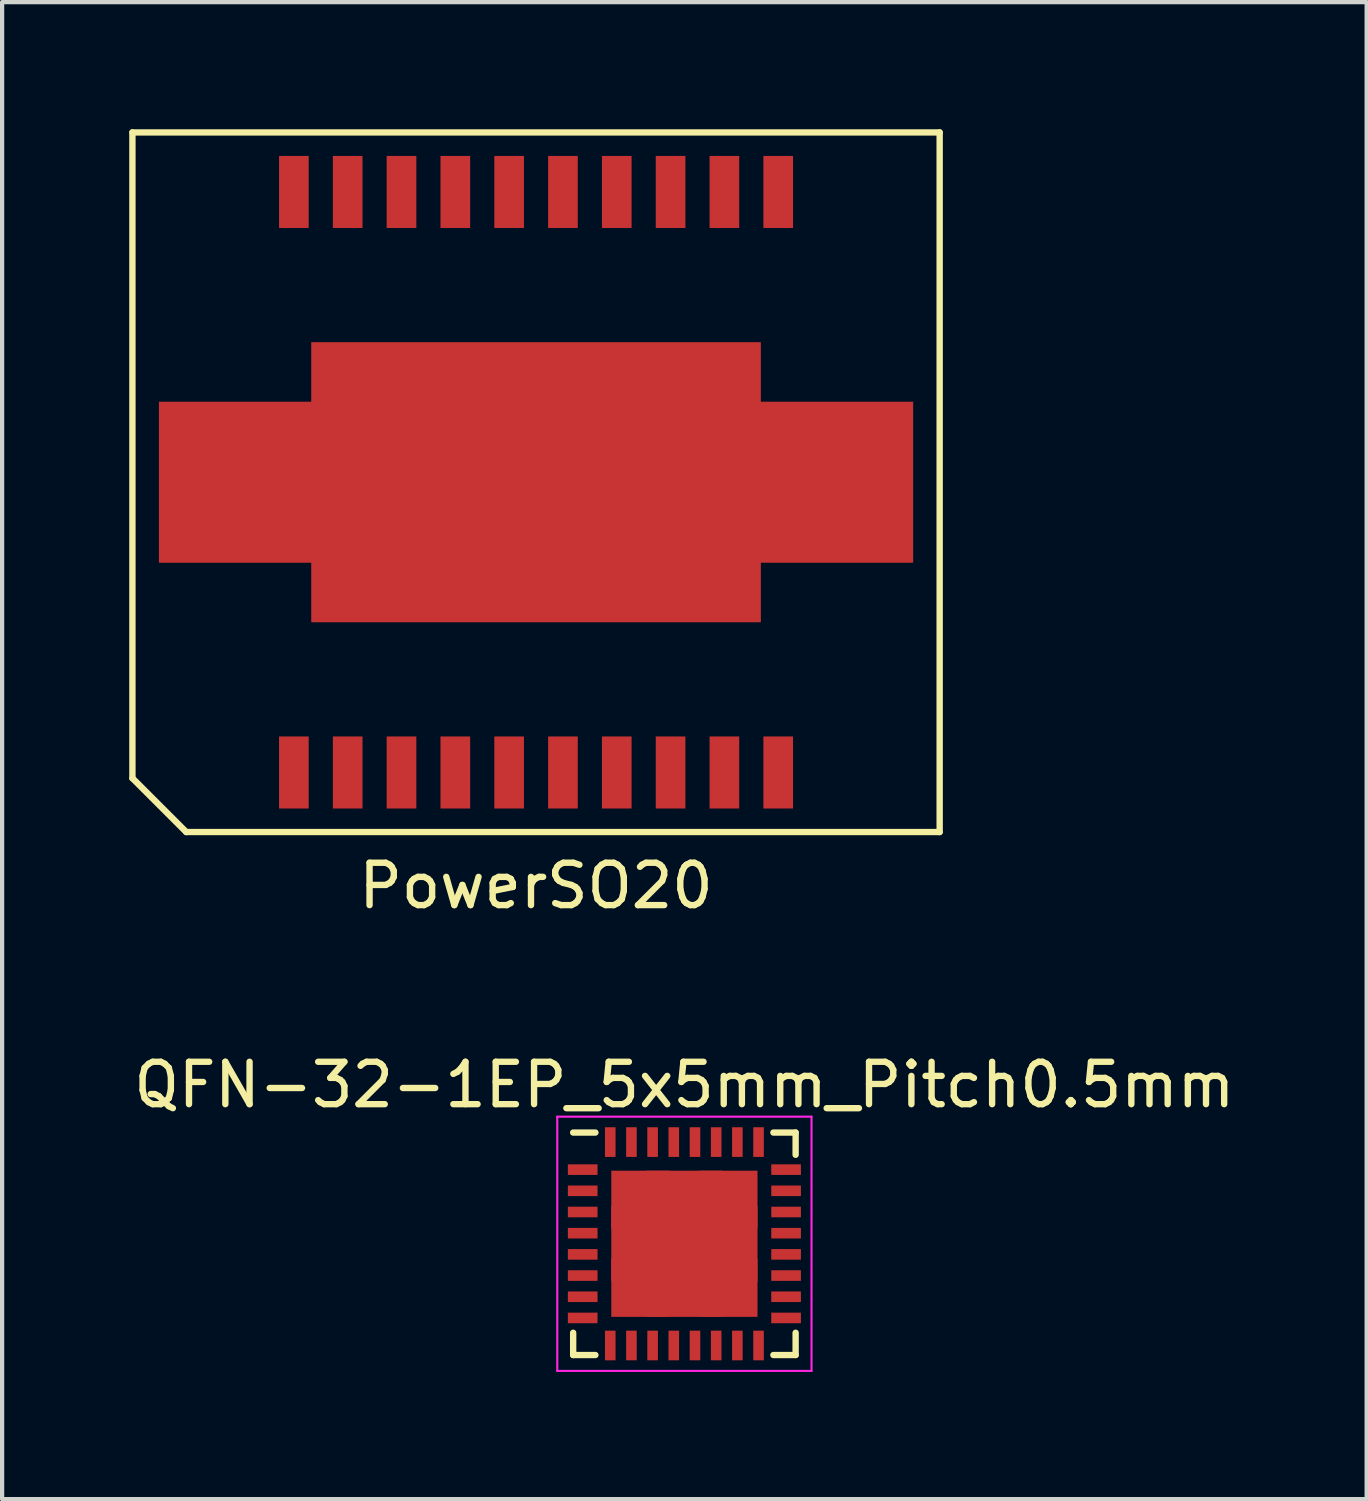
<source format=kicad_pcb>
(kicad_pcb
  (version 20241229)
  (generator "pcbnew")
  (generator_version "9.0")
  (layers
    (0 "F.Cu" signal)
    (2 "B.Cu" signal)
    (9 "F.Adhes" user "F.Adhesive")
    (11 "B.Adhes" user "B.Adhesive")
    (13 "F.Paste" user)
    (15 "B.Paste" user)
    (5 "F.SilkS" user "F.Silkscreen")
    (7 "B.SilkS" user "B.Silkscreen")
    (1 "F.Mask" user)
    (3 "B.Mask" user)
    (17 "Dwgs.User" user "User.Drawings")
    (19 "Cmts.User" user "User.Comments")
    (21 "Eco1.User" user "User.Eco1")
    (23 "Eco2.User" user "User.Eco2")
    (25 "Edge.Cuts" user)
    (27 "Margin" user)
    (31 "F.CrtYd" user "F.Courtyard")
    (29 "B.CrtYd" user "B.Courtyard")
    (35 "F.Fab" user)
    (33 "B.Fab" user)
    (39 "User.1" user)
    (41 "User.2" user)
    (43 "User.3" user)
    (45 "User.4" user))
  (footprint "PowerSO20"
    (layer "F.Cu")
    (at 9.6 8.33)
    (property "Reference" "PowerSO20" (at 0 9.525 0) (layer "F.SilkS") (effects (font (size 1 1) (thickness 0.15))))
    (attr through_hole)
    (fp_line (start -9.525 -8.255) (end 9.525 -8.255) (stroke (width 0.15) (type solid)) (layer "F.SilkS"))
    (fp_line (start -9.525 6.985) (end -9.525 -8.255) (stroke (width 0.15) (type solid)) (layer "F.SilkS"))
    (fp_line (start -8.255 8.255) (end -9.525 6.985) (stroke (width 0.15) (type solid)) (layer "F.SilkS"))
    (fp_line (start 9.525 -8.255) (end 9.525 8.255) (stroke (width 0.15) (type solid)) (layer "F.SilkS"))
    (fp_line (start 9.525 8.255) (end -8.255 8.255) (stroke (width 0.15) (type solid)) (layer "F.SilkS"))
    (pad "1" smd rect (at -5.715 6.85) (size 0.7 1.7) (layers "F.Cu" "F.Mask" "F.Paste"))
    (pad "2" smd rect (at -4.445 6.85) (size 0.7 1.7) (layers "F.Cu" "F.Mask" "F.Paste"))
    (pad "3" smd rect (at -3.175 6.85) (size 0.7 1.7) (layers "F.Cu" "F.Mask" "F.Paste"))
    (pad "4" smd rect (at -1.905 6.85) (size 0.7 1.7) (layers "F.Cu" "F.Mask" "F.Paste"))
    (pad "5" smd rect (at -0.635 6.85) (size 0.7 1.7) (layers "F.Cu" "F.Mask" "F.Paste"))
    (pad "6" smd rect (at 0.635 6.85) (size 0.7 1.7) (layers "F.Cu" "F.Mask" "F.Paste"))
    (pad "7" smd rect (at 1.905 6.85) (size 0.7 1.7) (layers "F.Cu" "F.Mask" "F.Paste"))
    (pad "8" smd rect (at 3.175 6.85) (size 0.7 1.7) (layers "F.Cu" "F.Mask" "F.Paste"))
    (pad "9" smd rect (at 4.445 6.85) (size 0.7 1.7) (layers "F.Cu" "F.Mask" "F.Paste"))
    (pad "10" smd rect (at 5.715 6.85) (size 0.7 1.7) (layers "F.Cu" "F.Mask" "F.Paste"))
    (pad "11" smd rect (at 5.715 -6.85) (size 0.7 1.7) (layers "F.Cu" "F.Mask" "F.Paste"))
    (pad "12" smd rect (at 4.445 -6.85) (size 0.7 1.7) (layers "F.Cu" "F.Mask" "F.Paste"))
    (pad "13" smd rect (at 3.175 -6.85) (size 0.7 1.7) (layers "F.Cu" "F.Mask" "F.Paste"))
    (pad "14" smd rect (at 1.905 -6.85) (size 0.7 1.7) (layers "F.Cu" "F.Mask" "F.Paste"))
    (pad "15" smd rect (at 0.635 -6.85) (size 0.7 1.7) (layers "F.Cu" "F.Mask" "F.Paste"))
    (pad "16" smd rect (at -0.635 -6.85) (size 0.7 1.7) (layers "F.Cu" "F.Mask" "F.Paste"))
    (pad "17" smd rect (at -1.905 -6.85) (size 0.7 1.7) (layers "F.Cu" "F.Mask" "F.Paste"))
    (pad "18" smd rect (at -3.175 -6.85) (size 0.7 1.7) (layers "F.Cu" "F.Mask" "F.Paste"))
    (pad "19" smd rect (at -4.445 -6.85) (size 0.7 1.7) (layers "F.Cu" "F.Mask" "F.Paste"))
    (pad "20" smd rect (at -5.715 -6.85) (size 0.7 1.7) (layers "F.Cu" "F.Mask" "F.Paste"))
    (pad "21" smd rect (at -7.928 0) (size 1.144 3) (layers "F.Cu" "F.Mask" "F.Paste"))
    (pad "21" smd rect (at -6 -1.199) (size 1.289 0.602) (layers "F.Cu" "F.Mask" "F.Paste"))
    (pad "21" smd rect (at -6 0) (size 2.203 1.289) (layers "F.Cu" "F.Mask" "F.Paste"))
    (pad "21" smd rect (at -6 1.199) (size 1.289 0.602) (layers "F.Cu" "F.Mask" "F.Paste"))
    (pad "21" smd rect (at -4 -2) (size 1.289 1.746) (layers "F.Cu" "F.Mask" "F.Paste"))
    (pad "21" smd rect (at -4 0) (size 1.289 1.746) (layers "F.Cu" "F.Mask" "F.Paste"))
    (pad "21" smd rect (at -4 2) (size 1.289 1.746) (layers "F.Cu" "F.Mask" "F.Paste"))
    (pad "21" smd rect (at -3 -2) (size 0.203 1.289) (layers "F.Cu" "F.Mask" "F.Paste"))
    (pad "21" smd rect (at -3 0) (size 0.203 1.289) (layers "F.Cu" "F.Mask" "F.Paste"))
    (pad "21" smd rect (at -3 2) (size 0.203 1.289) (layers "F.Cu" "F.Mask" "F.Paste"))
    (pad "21" smd rect (at -2 -2) (size 1.289 1.746) (layers "F.Cu" "F.Mask" "F.Paste"))
    (pad "21" smd rect (at -2 0) (size 1.289 1.746) (layers "F.Cu" "F.Mask" "F.Paste"))
    (pad "21" smd rect (at -2 2) (size 1.289 1.746) (layers "F.Cu" "F.Mask" "F.Paste"))
    (pad "21" smd rect (at -1 -2) (size 0.203 1.289) (layers "F.Cu" "F.Mask" "F.Paste"))
    (pad "21" smd rect (at -1 0) (size 0.203 1.289) (layers "F.Cu" "F.Mask" "F.Paste"))
    (pad "21" smd rect (at -1 2) (size 0.203 1.289) (layers "F.Cu" "F.Mask" "F.Paste"))
    (pad "21" smd rect (at 0 -2) (size 1.289 1.746) (layers "F.Cu" "F.Mask" "F.Paste"))
    (pad "21" smd rect (at 0 0) (size 1.289 1.746) (layers "F.Cu" "F.Mask" "F.Paste"))
    (pad "21" smd rect (at 0 0) (size 10.61 6.61) (layers "F.Cu"))
    (pad "21" smd rect (at 0 0) (size 17.8 3.8) (layers "F.Cu"))
    (pad "21" smd rect (at 0 2) (size 1.289 1.746) (layers "F.Cu" "F.Mask" "F.Paste"))
    (pad "21" smd rect (at 1 -2) (size 0.203 1.289) (layers "F.Cu" "F.Mask" "F.Paste"))
    (pad "21" smd rect (at 1 0) (size 0.203 1.289) (layers "F.Cu" "F.Mask" "F.Paste"))
    (pad "21" smd rect (at 1 2) (size 0.203 1.289) (layers "F.Cu" "F.Mask" "F.Paste"))
    (pad "21" smd rect (at 2 -2) (size 1.289 1.746) (layers "F.Cu" "F.Mask" "F.Paste"))
    (pad "21" smd rect (at 2 0) (size 1.289 1.746) (layers "F.Cu" "F.Mask" "F.Paste"))
    (pad "21" smd rect (at 2 2) (size 1.289 1.746) (layers "F.Cu" "F.Mask" "F.Paste"))
    (pad "21" smd rect (at 3 -2) (size 0.203 1.289) (layers "F.Cu" "F.Mask" "F.Paste"))
    (pad "21" smd rect (at 3 0) (size 0.203 1.289) (layers "F.Cu" "F.Mask" "F.Paste"))
    (pad "21" smd rect (at 3 2) (size 0.203 1.289) (layers "F.Cu" "F.Mask" "F.Paste"))
    (pad "21" smd rect (at 4 -2) (size 1.289 1.746) (layers "F.Cu" "F.Mask" "F.Paste"))
    (pad "21" smd rect (at 4 0) (size 1.289 1.746) (layers "F.Cu" "F.Mask" "F.Paste"))
    (pad "21" smd rect (at 4 2) (size 1.289 1.746) (layers "F.Cu" "F.Mask" "F.Paste"))
    (pad "21" smd rect (at 6 -1.199) (size 1.289 0.602) (layers "F.Cu" "F.Mask" "F.Paste"))
    (pad "21" smd rect (at 6 0) (size 2.203 1.289) (layers "F.Cu" "F.Mask" "F.Paste"))
    (pad "21" smd rect (at 6 1.199) (size 1.289 0.602) (layers "F.Cu" "F.Mask" "F.Paste"))
    (pad "21" smd rect (at 7.928 0) (size 1.144 3) (layers "F.Cu" "F.Mask" "F.Paste")))
  (footprint "QFN-32-1EP_5x5mm_Pitch0.5mm"
    (layer "F.Cu")
    (at 13.101 26.302)
    (property "Reference" "QFN-32-1EP_5x5mm_Pitch0.5mm" (at 0 -3.75 0) (layer "F.SilkS") (effects (font (size 1 1) (thickness 0.15))))
    (attr smd)
    (fp_line (start -2.625 -2.625) (end -2.1 -2.625) (stroke (width 0.15) (type solid)) (layer "F.SilkS"))
    (fp_line (start -2.625 2.625) (end -2.625 2.1) (stroke (width 0.15) (type solid)) (layer "F.SilkS"))
    (fp_line (start -2.625 2.625) (end -2.1 2.625) (stroke (width 0.15) (type solid)) (layer "F.SilkS"))
    (fp_line (start 2.625 -2.625) (end 2.1 -2.625) (stroke (width 0.15) (type solid)) (layer "F.SilkS"))
    (fp_line (start 2.625 -2.625) (end 2.625 -2.1) (stroke (width 0.15) (type solid)) (layer "F.SilkS"))
    (fp_line (start 2.625 2.625) (end 2.1 2.625) (stroke (width 0.15) (type solid)) (layer "F.SilkS"))
    (fp_line (start 2.625 2.625) (end 2.625 2.1) (stroke (width 0.15) (type solid)) (layer "F.SilkS"))
    (fp_line (start -3 -3) (end -3 3) (stroke (width 0.05) (type solid)) (layer "F.CrtYd"))
    (fp_line (start -3 -3) (end 3 -3) (stroke (width 0.05) (type solid)) (layer "F.CrtYd"))
    (fp_line (start -3 3) (end 3 3) (stroke (width 0.05) (type solid)) (layer "F.CrtYd"))
    (fp_line (start 3 -3) (end 3 3) (stroke (width 0.05) (type solid)) (layer "F.CrtYd"))
    (pad "1" smd rect (at -2.4 -1.75) (size 0.7 0.25) (layers "F.Cu" "F.Mask" "F.Paste"))
    (pad "2" smd rect (at -2.4 -1.25) (size 0.7 0.25) (layers "F.Cu" "F.Mask" "F.Paste"))
    (pad "3" smd rect (at -2.4 -0.75) (size 0.7 0.25) (layers "F.Cu" "F.Mask" "F.Paste"))
    (pad "4" smd rect (at -2.4 -0.25) (size 0.7 0.25) (layers "F.Cu" "F.Mask" "F.Paste"))
    (pad "5" smd rect (at -2.4 0.25) (size 0.7 0.25) (layers "F.Cu" "F.Mask" "F.Paste"))
    (pad "6" smd rect (at -2.4 0.75) (size 0.7 0.25) (layers "F.Cu" "F.Mask" "F.Paste"))
    (pad "7" smd rect (at -2.4 1.25) (size 0.7 0.25) (layers "F.Cu" "F.Mask" "F.Paste"))
    (pad "8" smd rect (at -2.4 1.75) (size 0.7 0.25) (layers "F.Cu" "F.Mask" "F.Paste"))
    (pad "9" smd rect (at -1.75 2.4 90) (size 0.7 0.25) (layers "F.Cu" "F.Mask" "F.Paste"))
    (pad "10" smd rect (at -1.25 2.4 90) (size 0.7 0.25) (layers "F.Cu" "F.Mask" "F.Paste"))
    (pad "11" smd rect (at -0.75 2.4 90) (size 0.7 0.25) (layers "F.Cu" "F.Mask" "F.Paste"))
    (pad "12" smd rect (at -0.25 2.4 90) (size 0.7 0.25) (layers "F.Cu" "F.Mask" "F.Paste"))
    (pad "13" smd rect (at 0.25 2.4 90) (size 0.7 0.25) (layers "F.Cu" "F.Mask" "F.Paste"))
    (pad "14" smd rect (at 0.75 2.4 90) (size 0.7 0.25) (layers "F.Cu" "F.Mask" "F.Paste"))
    (pad "15" smd rect (at 1.25 2.4 90) (size 0.7 0.25) (layers "F.Cu" "F.Mask" "F.Paste"))
    (pad "16" smd rect (at 1.75 2.4 90) (size 0.7 0.25) (layers "F.Cu" "F.Mask" "F.Paste"))
    (pad "17" smd rect (at 2.4 1.75) (size 0.7 0.25) (layers "F.Cu" "F.Mask" "F.Paste"))
    (pad "18" smd rect (at 2.4 1.25) (size 0.7 0.25) (layers "F.Cu" "F.Mask" "F.Paste"))
    (pad "19" smd rect (at 2.4 0.75) (size 0.7 0.25) (layers "F.Cu" "F.Mask" "F.Paste"))
    (pad "20" smd rect (at 2.4 0.25) (size 0.7 0.25) (layers "F.Cu" "F.Mask" "F.Paste"))
    (pad "21" smd rect (at 2.4 -0.25) (size 0.7 0.25) (layers "F.Cu" "F.Mask" "F.Paste"))
    (pad "22" smd rect (at 2.4 -0.75) (size 0.7 0.25) (layers "F.Cu" "F.Mask" "F.Paste"))
    (pad "23" smd rect (at 2.4 -1.25) (size 0.7 0.25) (layers "F.Cu" "F.Mask" "F.Paste"))
    (pad "24" smd rect (at 2.4 -1.75) (size 0.7 0.25) (layers "F.Cu" "F.Mask" "F.Paste"))
    (pad "25" smd rect (at 1.75 -2.4 90) (size 0.7 0.25) (layers "F.Cu" "F.Mask" "F.Paste"))
    (pad "26" smd rect (at 1.25 -2.4 90) (size 0.7 0.25) (layers "F.Cu" "F.Mask" "F.Paste"))
    (pad "27" smd rect (at 0.75 -2.4 90) (size 0.7 0.25) (layers "F.Cu" "F.Mask" "F.Paste"))
    (pad "28" smd rect (at 0.25 -2.4 90) (size 0.7 0.25) (layers "F.Cu" "F.Mask" "F.Paste"))
    (pad "29" smd rect (at -0.25 -2.4 90) (size 0.7 0.25) (layers "F.Cu" "F.Mask" "F.Paste"))
    (pad "30" smd rect (at -0.75 -2.4 90) (size 0.7 0.25) (layers "F.Cu" "F.Mask" "F.Paste"))
    (pad "31" smd rect (at -1.25 -2.4 90) (size 0.7 0.25) (layers "F.Cu" "F.Mask" "F.Paste"))
    (pad "32" smd rect (at -1.75 -2.4 90) (size 0.7 0.25) (layers "F.Cu" "F.Mask" "F.Paste"))
    (pad "33" smd rect (at -1.437 -0.625) (size 0.577 0.539) (layers "F.Cu" "F.Mask" "F.Paste"))
    (pad "33" smd rect (at -1.437 0.625) (size 0.577 0.539) (layers "F.Cu" "F.Mask" "F.Paste"))
    (pad "33" smd rect (at -0.625 -1.551 90) (size 0.348 0.539) (layers "F.Cu" "F.Mask" "F.Paste"))
    (pad "33" smd rect (at -0.625 -0.625 90) (size 0.996 0.539) (layers "F.Cu" "F.Mask" "F.Paste"))
    (pad "33" smd rect (at -0.625 0.625 90) (size 0.996 0.539) (layers "F.Cu" "F.Mask" "F.Paste"))
    (pad "33" smd rect (at -0.625 1.551 90) (size 0.348 0.539) (layers "F.Cu" "F.Mask" "F.Paste"))
    (pad "33" smd rect (at 0 -0.625) (size 0.203 0.539) (layers "F.Cu" "F.Mask" "F.Paste"))
    (pad "33" smd rect (at 0 0 90) (size 3.45 3.45) (layers "F.Cu"))
    (pad "33" smd rect (at 0 0.625) (size 0.203 0.539) (layers "F.Cu" "F.Mask" "F.Paste"))
    (pad "33" smd rect (at 0.625 -1.551 90) (size 0.348 0.539) (layers "F.Cu" "F.Mask" "F.Paste"))
    (pad "33" smd rect (at 0.625 -0.625 90) (size 0.996 0.539) (layers "F.Cu" "F.Mask" "F.Paste"))
    (pad "33" smd rect (at 0.625 0.625 90) (size 0.996 0.539) (layers "F.Cu" "F.Mask" "F.Paste"))
    (pad "33" smd rect (at 0.625 1.551 90) (size 0.348 0.539) (layers "F.Cu" "F.Mask" "F.Paste"))
    (pad "33" smd rect (at 1.437 -0.625) (size 0.577 0.539) (layers "F.Cu" "F.Mask" "F.Paste"))
    (pad "33" smd rect (at 1.437 0.625) (size 0.577 0.539) (layers "F.Cu" "F.Mask" "F.Paste")))
  (gr_rect
    (start -3 -3)
    (end 29.202 32.327)
    (stroke (width 0.1) (type default))
    (fill no)
    (layer "Edge.Cuts")))
</source>
